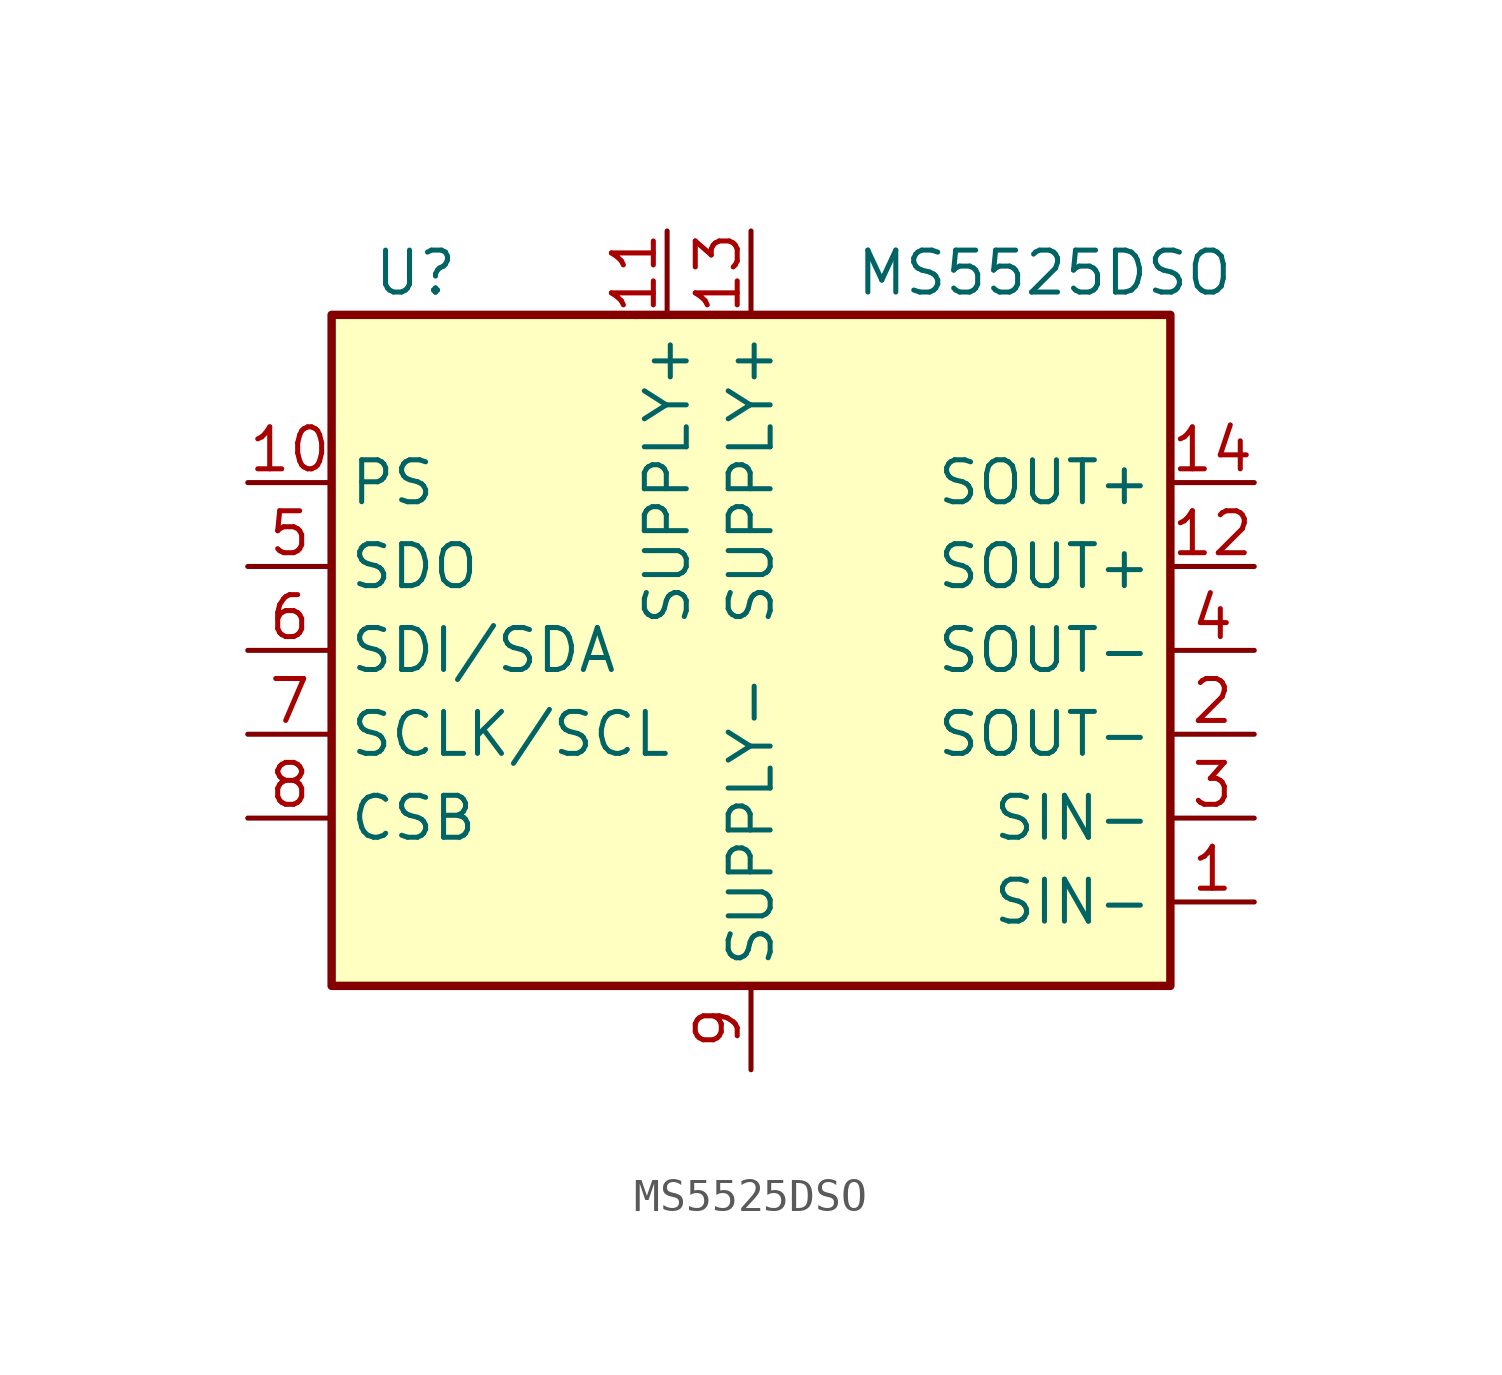
<source format=kicad_sym>
(kicad_symbol_lib
  (version 20211014)
  (generator kicad_symbol_editor)
  (symbol "MS5525DSO"
    (property "Reference" "U"
      (at -10.16 11.43 0)
      (effects (font (size 1.27 1.27))))
    (property "Value" "MS5525DSO"
      (at 8.89 11.43 0)
      (effects (font (size 1.27 1.27))))
    (symbol "MS5525DSO_0_1"
      (rectangle (start -12.7 10.16) (end 12.7 -10.16) (stroke (width 0.254) (type default) (color 0 0 0 0)) (fill (type background))))
    (symbol "MS5525DSO_1_1"
      (pin passive line (at 15.24 -7.62 180) (length 2.54) (name "SIN-" (effects (font (size 1.27 1.27)))) (number "1" (effects (font (size 1.27 1.27)))))
      (pin input line (at -15.24 5.08 0) (length 2.54) (name "PS" (effects (font (size 1.27 1.27)))) (number "10" (effects (font (size 1.27 1.27)))))
      (pin passive line (at -2.54 12.7 270) (length 2.54) (name "SUPPLY+" (effects (font (size 1.27 1.27)))) (number "11" (effects (font (size 1.27 1.27)))))
      (pin passive line (at 15.24 2.54 180) (length 2.54) (name "SOUT+" (effects (font (size 1.27 1.27)))) (number "12" (effects (font (size 1.27 1.27)))))
      (pin power_in line (at 0 12.7 270) (length 2.54) (name "SUPPLY+" (effects (font (size 1.27 1.27)))) (number "13" (effects (font (size 1.27 1.27)))))
      (pin passive line (at 15.24 5.08 180) (length 2.54) (name "SOUT+" (effects (font (size 1.27 1.27)))) (number "14" (effects (font (size 1.27 1.27)))))
      (pin passive line (at 15.24 -2.54 180) (length 2.54) (name "SOUT-" (effects (font (size 1.27 1.27)))) (number "2" (effects (font (size 1.27 1.27)))))
      (pin passive line (at 15.24 -5.08 180) (length 2.54) (name "SIN-" (effects (font (size 1.27 1.27)))) (number "3" (effects (font (size 1.27 1.27)))))
      (pin passive line (at 15.24 0 180) (length 2.54) (name "SOUT-" (effects (font (size 1.27 1.27)))) (number "4" (effects (font (size 1.27 1.27)))))
      (pin output line (at -15.24 2.54 0) (length 2.54) (name "SDO" (effects (font (size 1.27 1.27)))) (number "5" (effects (font (size 1.27 1.27)))))
      (pin input line (at -15.24 0 0) (length 2.54) (name "SDI/SDA" (effects (font (size 1.27 1.27)))) (number "6" (effects (font (size 1.27 1.27)))))
      (pin input line (at -15.24 -2.54 0) (length 2.54) (name "SCLK/SCL" (effects (font (size 1.27 1.27)))) (number "7" (effects (font (size 1.27 1.27)))))
      (pin input line (at -15.24 -5.08 0) (length 2.54) (name "CSB" (effects (font (size 1.27 1.27)))) (number "8" (effects (font (size 1.27 1.27)))))
      (pin power_in line (at 0 -12.7 90) (length 2.54) (name "SUPPLY-" (effects (font (size 1.27 1.27)))) (number "9" (effects (font (size 1.27 1.27))))))))
</source>
